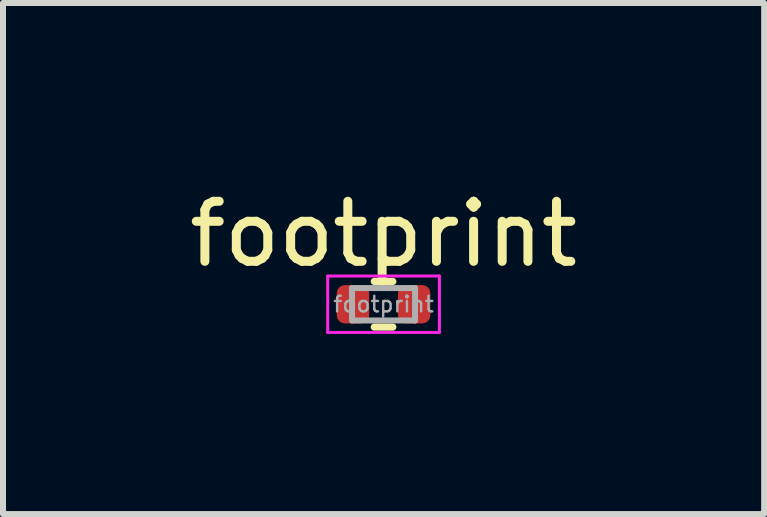
<source format=kicad_pcb>
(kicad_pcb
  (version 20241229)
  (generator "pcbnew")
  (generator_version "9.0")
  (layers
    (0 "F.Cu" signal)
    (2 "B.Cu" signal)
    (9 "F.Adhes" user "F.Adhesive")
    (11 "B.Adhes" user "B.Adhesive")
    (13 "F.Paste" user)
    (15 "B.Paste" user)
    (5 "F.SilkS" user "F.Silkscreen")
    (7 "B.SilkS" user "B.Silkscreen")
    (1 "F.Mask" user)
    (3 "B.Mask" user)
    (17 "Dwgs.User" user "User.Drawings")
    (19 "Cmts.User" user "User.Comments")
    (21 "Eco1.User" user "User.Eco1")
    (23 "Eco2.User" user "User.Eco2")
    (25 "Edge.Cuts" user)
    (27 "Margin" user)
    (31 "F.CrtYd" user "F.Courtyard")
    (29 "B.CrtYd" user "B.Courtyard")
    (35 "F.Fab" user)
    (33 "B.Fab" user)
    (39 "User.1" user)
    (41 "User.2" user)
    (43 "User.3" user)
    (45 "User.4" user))
  (footprint "footprint"
    (layer "F.Cu")
    (at 3.339 2.018)
    (property "Reference" "footprint" (at 0 -1.17 0) (layer "F.SilkS") (effects (font (size 1 1) (thickness 0.15))))
    (attr smd)
    (fp_line (start -0.154 -0.38) (end 0.154 -0.38) (stroke (width 0.12) (type solid)) (layer "F.SilkS"))
    (fp_line (start -0.154 0.38) (end 0.154 0.38) (stroke (width 0.12) (type solid)) (layer "F.SilkS"))
    (fp_line (start -0.93 -0.47) (end 0.93 -0.47) (stroke (width 0.05) (type solid)) (layer "F.CrtYd"))
    (fp_line (start -0.93 0.47) (end -0.93 -0.47) (stroke (width 0.05) (type solid)) (layer "F.CrtYd"))
    (fp_line (start 0.93 -0.47) (end 0.93 0.47) (stroke (width 0.05) (type solid)) (layer "F.CrtYd"))
    (fp_line (start 0.93 0.47) (end -0.93 0.47) (stroke (width 0.05) (type solid)) (layer "F.CrtYd"))
    (fp_line (start -0.525 -0.27) (end 0.525 -0.27) (stroke (width 0.1) (type solid)) (layer "F.Fab"))
    (fp_line (start -0.525 0.27) (end -0.525 -0.27) (stroke (width 0.1) (type solid)) (layer "F.Fab"))
    (fp_line (start 0.525 -0.27) (end 0.525 0.27) (stroke (width 0.1) (type solid)) (layer "F.Fab"))
    (fp_line (start 0.525 0.27) (end -0.525 0.27) (stroke (width 0.1) (type solid)) (layer "F.Fab"))
    (fp_text user "${REFERENCE}" (at 0 0 0) (layer "F.Fab") (effects (font (size 0.26 0.26) (thickness 0.04))))
    (pad "1" smd roundrect (at -0.51 0) (size 0.54 0.64) (layers "F.Cu" "F.Mask" "F.Paste") (roundrect_rratio 0.25))
    (pad "2" smd roundrect (at 0.51 0) (size 0.54 0.64) (layers "F.Cu" "F.Mask" "F.Paste") (roundrect_rratio 0.25)))
  (gr_rect
    (start -3 -3)
    (end 9.679 5.513)
    (stroke (width 0.1) (type default))
    (fill no)
    (layer "Edge.Cuts")))
</source>
